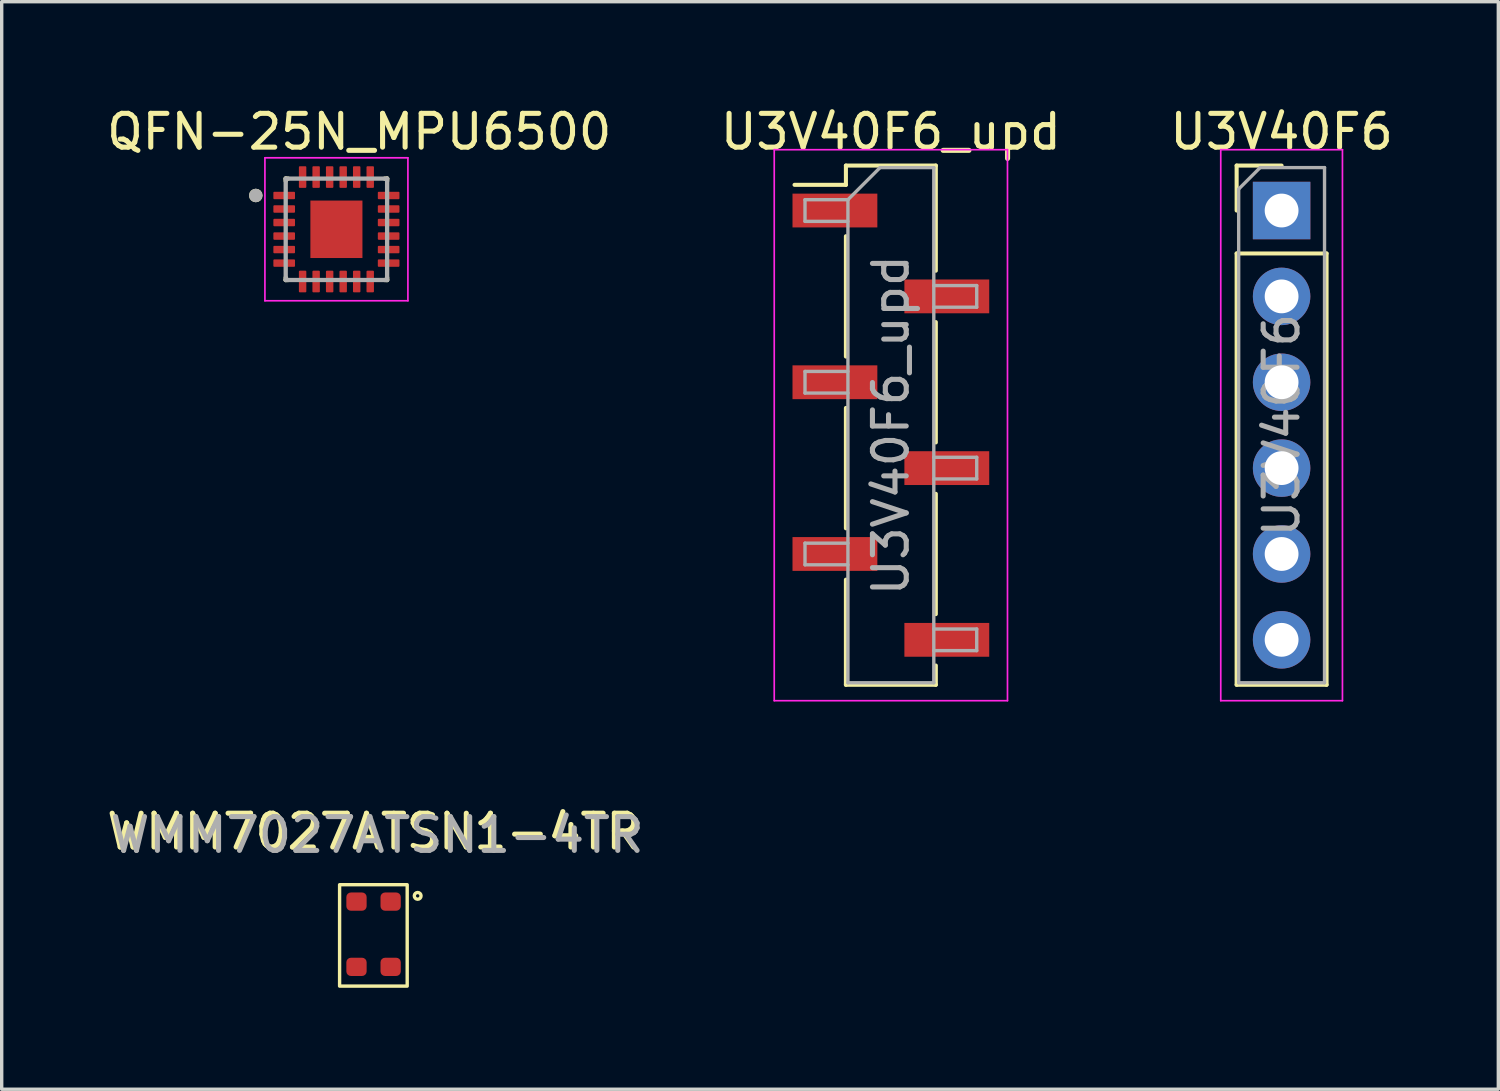
<source format=kicad_pcb>
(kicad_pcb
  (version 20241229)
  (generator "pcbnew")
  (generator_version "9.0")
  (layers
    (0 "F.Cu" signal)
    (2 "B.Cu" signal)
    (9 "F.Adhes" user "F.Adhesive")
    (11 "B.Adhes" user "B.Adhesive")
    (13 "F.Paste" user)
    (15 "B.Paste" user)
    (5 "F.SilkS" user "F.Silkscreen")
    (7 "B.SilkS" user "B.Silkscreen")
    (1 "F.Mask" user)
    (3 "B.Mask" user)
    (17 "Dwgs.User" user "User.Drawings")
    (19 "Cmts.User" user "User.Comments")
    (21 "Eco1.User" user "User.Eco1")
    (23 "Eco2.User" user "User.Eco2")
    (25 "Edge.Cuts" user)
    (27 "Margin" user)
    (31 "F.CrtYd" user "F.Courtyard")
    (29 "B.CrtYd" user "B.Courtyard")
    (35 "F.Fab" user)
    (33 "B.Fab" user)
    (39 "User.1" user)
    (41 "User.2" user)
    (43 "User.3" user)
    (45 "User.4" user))
  (footprint "U3V40F6"
    (layer "F.Cu")
    (at 34.863 3.178)
    (property "Reference" "U3V40F6" (at 0 -2.33 0) (layer "F.SilkS") (effects (font (size 1 1) (thickness 0.15))))
    (attr through_hole)
    (fp_line (start -1.33 -1.33) (end 0 -1.33) (stroke (width 0.12) (type solid)) (layer "F.SilkS"))
    (fp_line (start -1.33 0) (end -1.33 -1.33) (stroke (width 0.12) (type solid)) (layer "F.SilkS"))
    (fp_line (start -1.33 1.27) (end -1.33 14.03) (stroke (width 0.12) (type solid)) (layer "F.SilkS"))
    (fp_line (start -1.33 1.27) (end 1.33 1.27) (stroke (width 0.12) (type solid)) (layer "F.SilkS"))
    (fp_line (start -1.33 14.03) (end 1.33 14.03) (stroke (width 0.12) (type solid)) (layer "F.SilkS"))
    (fp_line (start 1.33 1.27) (end 1.33 14.03) (stroke (width 0.12) (type solid)) (layer "F.SilkS"))
    (fp_line (start -1.8 -1.8) (end -1.8 14.5) (stroke (width 0.05) (type solid)) (layer "F.CrtYd"))
    (fp_line (start -1.8 14.5) (end 1.8 14.5) (stroke (width 0.05) (type solid)) (layer "F.CrtYd"))
    (fp_line (start 1.8 -1.8) (end -1.8 -1.8) (stroke (width 0.05) (type solid)) (layer "F.CrtYd"))
    (fp_line (start 1.8 14.5) (end 1.8 -1.8) (stroke (width 0.05) (type solid)) (layer "F.CrtYd"))
    (fp_line (start -1.27 -0.635) (end -0.635 -1.27) (stroke (width 0.1) (type solid)) (layer "F.Fab"))
    (fp_line (start -1.27 13.97) (end -1.27 -0.635) (stroke (width 0.1) (type solid)) (layer "F.Fab"))
    (fp_line (start -0.635 -1.27) (end 1.27 -1.27) (stroke (width 0.1) (type solid)) (layer "F.Fab"))
    (fp_line (start 1.27 -1.27) (end 1.27 13.97) (stroke (width 0.1) (type solid)) (layer "F.Fab"))
    (fp_line (start 1.27 13.97) (end -1.27 13.97) (stroke (width 0.1) (type solid)) (layer "F.Fab"))
    (fp_text user "${REFERENCE}" (at 0 6.35 90) (layer "F.Fab") (effects (font (size 1 1) (thickness 0.15))))
    (pad "1" thru_hole rect (at 0 0) (size 1.7 1.7) (drill 1) (layers "*.Cu" "*.Mask"))
    (pad "2" thru_hole oval (at 0 2.54) (size 1.7 1.7) (drill 1) (layers "*.Cu" "*.Mask"))
    (pad "3" thru_hole oval (at 0 5.08) (size 1.7 1.7) (drill 1) (layers "*.Cu" "*.Mask"))
    (pad "4" thru_hole oval (at 0 7.62) (size 1.7 1.7) (drill 1) (layers "*.Cu" "*.Mask"))
    (pad "5" thru_hole oval (at 0 10.16) (size 1.7 1.7) (drill 1) (layers "*.Cu" "*.Mask"))
    (pad "6" thru_hole oval (at 0 12.7) (size 1.7 1.7) (drill 1) (layers "*.Cu" "*.Mask")))
  (footprint "WMM7027ATSN1-4TR"
    (layer "F.Cu")
    (at 8.006 24.552)
    (property "Reference" "WMM7027ATSN1-4TR" (at 0 -3 0) (unlocked yes) (layer "F.SilkS") (effects (font (size 1 1) (thickness 0.15))))
    (attr smd)
    (fp_rect (start -1.01 -1.43) (end 0.99 1.57) (stroke (width 0.1) (type default)) (fill no) (layer "F.SilkS"))
    (fp_circle (center 1.3 -1.1) (end 1.4 -1.1) (stroke (width 0.1) (type default)) (fill no) (layer "F.SilkS"))
    (fp_text user "${REFERENCE}" (at 0.1 -2.9 0) (unlocked yes) (layer "F.Fab") (effects (font (size 1 1) (thickness 0.15))))
    (pad "1" smd roundrect (at 0.5 -0.93) (size 0.6 0.54) (layers "F.Cu" "F.Mask" "F.Paste") (roundrect_rratio 0.25))
    (pad "2" smd roundrect (at 0.5 1) (size 0.6 0.54) (layers "F.Cu" "F.Mask" "F.Paste") (roundrect_rratio 0.25))
    (pad "3" smd roundrect (at -0.51 1) (size 0.6 0.54) (layers "F.Cu" "F.Mask" "F.Paste") (roundrect_rratio 0.25))
    (pad "4" smd roundrect (at -0.51 -0.93) (size 0.6 0.54) (layers "F.Cu" "F.Mask" "F.Paste") (roundrect_rratio 0.25)))
  (footprint "QFN-25N_MPU6500"
    (layer "F.Cu")
    (at 6.902 3.733)
    (property "Reference" "QFN-25N_MPU6500" (at 0.675 -2.885 0) (layer "F.SilkS") (effects (font (size 1 1) (thickness 0.15))))
    (attr smd)
    (fp_line (start -1.5 -1.5) (end -1.5 -1.43) (stroke (width 0.127) (type solid)) (layer "F.SilkS"))
    (fp_line (start -1.5 -1.5) (end -1.43 -1.5) (stroke (width 0.127) (type solid)) (layer "F.SilkS"))
    (fp_line (start -1.5 1.5) (end -1.5 1.43) (stroke (width 0.127) (type solid)) (layer "F.SilkS"))
    (fp_line (start -1.5 1.5) (end -1.43 1.5) (stroke (width 0.127) (type solid)) (layer "F.SilkS"))
    (fp_line (start 1.5 -1.5) (end 1.43 -1.5) (stroke (width 0.127) (type solid)) (layer "F.SilkS"))
    (fp_line (start 1.5 -1.5) (end 1.5 -1.43) (stroke (width 0.127) (type solid)) (layer "F.SilkS"))
    (fp_line (start 1.5 1.5) (end 1.43 1.5) (stroke (width 0.127) (type solid)) (layer "F.SilkS"))
    (fp_line (start 1.5 1.5) (end 1.5 1.43) (stroke (width 0.127) (type solid)) (layer "F.SilkS"))
    (fp_circle (center -2.385 -1) (end -2.285 -1) (stroke (width 0.2) (type solid)) (fill no) (layer "F.SilkS"))
    (fp_poly (pts (xy -0.485 -0.54) (xy 0.485 -0.54) (xy 0.485 0.54) (xy -0.485 0.54)) (stroke (width 0.01) (type solid)) (fill yes) (layer "F.Paste"))
    (fp_line (start -2.115 -2.115) (end 2.115 -2.115) (stroke (width 0.05) (type solid)) (layer "F.CrtYd"))
    (fp_line (start -2.115 2.115) (end -2.115 -2.115) (stroke (width 0.05) (type solid)) (layer "F.CrtYd"))
    (fp_line (start -2.115 2.115) (end 2.115 2.115) (stroke (width 0.05) (type solid)) (layer "F.CrtYd"))
    (fp_line (start 2.115 2.115) (end 2.115 -2.115) (stroke (width 0.05) (type solid)) (layer "F.CrtYd"))
    (fp_line (start -1.5 1.5) (end -1.5 -1.5) (stroke (width 0.127) (type solid)) (layer "F.Fab"))
    (fp_line (start 1.5 -1.5) (end -1.5 -1.5) (stroke (width 0.127) (type solid)) (layer "F.Fab"))
    (fp_line (start 1.5 1.5) (end -1.5 1.5) (stroke (width 0.127) (type solid)) (layer "F.Fab"))
    (fp_line (start 1.5 1.5) (end 1.5 -1.5) (stroke (width 0.127) (type solid)) (layer "F.Fab"))
    (fp_circle (center -2.385 -1) (end -2.285 -1) (stroke (width 0.2) (type solid)) (fill no) (layer "F.Fab"))
    (pad "1" smd roundrect (at -1.545 -1) (size 0.64 0.22) (layers "F.Cu" "F.Mask" "F.Paste") (roundrect_rratio 0.125))
    (pad "2" smd roundrect (at -1.545 -0.6) (size 0.64 0.22) (layers "F.Cu" "F.Mask" "F.Paste") (roundrect_rratio 0.125))
    (pad "3" smd roundrect (at -1.545 -0.2) (size 0.64 0.22) (layers "F.Cu" "F.Mask" "F.Paste") (roundrect_rratio 0.125))
    (pad "4" smd roundrect (at -1.545 0.2) (size 0.64 0.22) (layers "F.Cu" "F.Mask" "F.Paste") (roundrect_rratio 0.125))
    (pad "5" smd roundrect (at -1.545 0.6) (size 0.64 0.22) (layers "F.Cu" "F.Mask" "F.Paste") (roundrect_rratio 0.125))
    (pad "6" smd roundrect (at -1.545 1) (size 0.64 0.22) (layers "F.Cu" "F.Mask" "F.Paste") (roundrect_rratio 0.125))
    (pad "7" smd roundrect (at -1 1.545) (size 0.22 0.64) (layers "F.Cu" "F.Mask" "F.Paste") (roundrect_rratio 0.125))
    (pad "8" smd roundrect (at -0.6 1.545) (size 0.22 0.64) (layers "F.Cu" "F.Mask" "F.Paste") (roundrect_rratio 0.125))
    (pad "9" smd roundrect (at -0.2 1.545) (size 0.22 0.64) (layers "F.Cu" "F.Mask" "F.Paste") (roundrect_rratio 0.125))
    (pad "10" smd roundrect (at 0.2 1.545) (size 0.22 0.64) (layers "F.Cu" "F.Mask" "F.Paste") (roundrect_rratio 0.125))
    (pad "11" smd roundrect (at 0.6 1.545) (size 0.22 0.64) (layers "F.Cu" "F.Mask" "F.Paste") (roundrect_rratio 0.125))
    (pad "12" smd roundrect (at 1 1.545) (size 0.22 0.64) (layers "F.Cu" "F.Mask" "F.Paste") (roundrect_rratio 0.125))
    (pad "13" smd roundrect (at 1.545 1) (size 0.64 0.22) (layers "F.Cu" "F.Mask" "F.Paste") (roundrect_rratio 0.125))
    (pad "14" smd roundrect (at 1.545 0.6) (size 0.64 0.22) (layers "F.Cu" "F.Mask" "F.Paste") (roundrect_rratio 0.125))
    (pad "15" smd roundrect (at 1.545 0.2) (size 0.64 0.22) (layers "F.Cu" "F.Mask" "F.Paste") (roundrect_rratio 0.125))
    (pad "16" smd roundrect (at 1.545 -0.2) (size 0.64 0.22) (layers "F.Cu" "F.Mask" "F.Paste") (roundrect_rratio 0.125))
    (pad "17" smd roundrect (at 1.545 -0.6) (size 0.64 0.22) (layers "F.Cu" "F.Mask" "F.Paste") (roundrect_rratio 0.125))
    (pad "18" smd roundrect (at 1.545 -1) (size 0.64 0.22) (layers "F.Cu" "F.Mask" "F.Paste") (roundrect_rratio 0.125))
    (pad "19" smd roundrect (at 1 -1.545) (size 0.22 0.64) (layers "F.Cu" "F.Mask" "F.Paste") (roundrect_rratio 0.125))
    (pad "20" smd roundrect (at 0.6 -1.545) (size 0.22 0.64) (layers "F.Cu" "F.Mask" "F.Paste") (roundrect_rratio 0.125))
    (pad "21" smd roundrect (at 0.2 -1.545) (size 0.22 0.64) (layers "F.Cu" "F.Mask" "F.Paste") (roundrect_rratio 0.125))
    (pad "22" smd roundrect (at -0.2 -1.545) (size 0.22 0.64) (layers "F.Cu" "F.Mask" "F.Paste") (roundrect_rratio 0.125))
    (pad "23" smd roundrect (at -0.6 -1.545) (size 0.22 0.64) (layers "F.Cu" "F.Mask" "F.Paste") (roundrect_rratio 0.125))
    (pad "24" smd roundrect (at -1 -1.545) (size 0.22 0.64) (layers "F.Cu" "F.Mask" "F.Paste") (roundrect_rratio 0.125))
    (pad "25" smd rect (at 0 0) (size 1.54 1.7) (layers "F.Cu" "F.Mask")))
  (footprint "U3V40F6_upd"
    (layer "F.Cu")
    (at 23.304 9.528)
    (property "Reference" "U3V40F6_upd" (at 0 -8.68 0) (layer "F.SilkS") (effects (font (size 1 1) (thickness 0.15))))
    (attr smd)
    (fp_line (start -1.33 -7.68) (end -1.33 -7.11) (stroke (width 0.12) (type solid)) (layer "F.SilkS"))
    (fp_line (start -1.33 -7.68) (end 1.33 -7.68) (stroke (width 0.12) (type solid)) (layer "F.SilkS"))
    (fp_line (start -1.33 -7.11) (end -2.85 -7.11) (stroke (width 0.12) (type solid)) (layer "F.SilkS"))
    (fp_line (start -1.33 -5.59) (end -1.33 -2.03) (stroke (width 0.12) (type solid)) (layer "F.SilkS"))
    (fp_line (start -1.33 -0.51) (end -1.33 3.05) (stroke (width 0.12) (type solid)) (layer "F.SilkS"))
    (fp_line (start -1.33 4.57) (end -1.33 7.68) (stroke (width 0.12) (type solid)) (layer "F.SilkS"))
    (fp_line (start -1.33 7.68) (end 1.33 7.68) (stroke (width 0.12) (type solid)) (layer "F.SilkS"))
    (fp_line (start 1.33 -7.68) (end 1.33 -4.57) (stroke (width 0.12) (type solid)) (layer "F.SilkS"))
    (fp_line (start 1.33 -3.05) (end 1.33 0.51) (stroke (width 0.12) (type solid)) (layer "F.SilkS"))
    (fp_line (start 1.33 2.03) (end 1.33 5.59) (stroke (width 0.12) (type solid)) (layer "F.SilkS"))
    (fp_line (start 1.33 7.11) (end 1.33 7.68) (stroke (width 0.12) (type solid)) (layer "F.SilkS"))
    (fp_line (start -3.45 -8.15) (end -3.45 8.15) (stroke (width 0.05) (type solid)) (layer "F.CrtYd"))
    (fp_line (start -3.45 8.15) (end 3.45 8.15) (stroke (width 0.05) (type solid)) (layer "F.CrtYd"))
    (fp_line (start 3.45 -8.15) (end -3.45 -8.15) (stroke (width 0.05) (type solid)) (layer "F.CrtYd"))
    (fp_line (start 3.45 8.15) (end 3.45 -8.15) (stroke (width 0.05) (type solid)) (layer "F.CrtYd"))
    (fp_line (start -2.54 -6.67) (end -2.54 -6.03) (stroke (width 0.1) (type solid)) (layer "F.Fab"))
    (fp_line (start -2.54 -6.03) (end -1.27 -6.03) (stroke (width 0.1) (type solid)) (layer "F.Fab"))
    (fp_line (start -2.54 -1.59) (end -2.54 -0.95) (stroke (width 0.1) (type solid)) (layer "F.Fab"))
    (fp_line (start -2.54 -0.95) (end -1.27 -0.95) (stroke (width 0.1) (type solid)) (layer "F.Fab"))
    (fp_line (start -2.54 3.49) (end -2.54 4.13) (stroke (width 0.1) (type solid)) (layer "F.Fab"))
    (fp_line (start -2.54 4.13) (end -1.27 4.13) (stroke (width 0.1) (type solid)) (layer "F.Fab"))
    (fp_line (start -1.27 -6.67) (end -2.54 -6.67) (stroke (width 0.1) (type solid)) (layer "F.Fab"))
    (fp_line (start -1.27 -6.67) (end -0.32 -7.62) (stroke (width 0.1) (type solid)) (layer "F.Fab"))
    (fp_line (start -1.27 -1.59) (end -2.54 -1.59) (stroke (width 0.1) (type solid)) (layer "F.Fab"))
    (fp_line (start -1.27 3.49) (end -2.54 3.49) (stroke (width 0.1) (type solid)) (layer "F.Fab"))
    (fp_line (start -1.27 7.62) (end -1.27 -6.67) (stroke (width 0.1) (type solid)) (layer "F.Fab"))
    (fp_line (start -0.32 -7.62) (end 1.27 -7.62) (stroke (width 0.1) (type solid)) (layer "F.Fab"))
    (fp_line (start 1.27 -7.62) (end 1.27 7.62) (stroke (width 0.1) (type solid)) (layer "F.Fab"))
    (fp_line (start 1.27 -4.13) (end 2.54 -4.13) (stroke (width 0.1) (type solid)) (layer "F.Fab"))
    (fp_line (start 1.27 0.95) (end 2.54 0.95) (stroke (width 0.1) (type solid)) (layer "F.Fab"))
    (fp_line (start 1.27 6.03) (end 2.54 6.03) (stroke (width 0.1) (type solid)) (layer "F.Fab"))
    (fp_line (start 1.27 7.62) (end -1.27 7.62) (stroke (width 0.1) (type solid)) (layer "F.Fab"))
    (fp_line (start 2.54 -4.13) (end 2.54 -3.49) (stroke (width 0.1) (type solid)) (layer "F.Fab"))
    (fp_line (start 2.54 -3.49) (end 1.27 -3.49) (stroke (width 0.1) (type solid)) (layer "F.Fab"))
    (fp_line (start 2.54 0.95) (end 2.54 1.59) (stroke (width 0.1) (type solid)) (layer "F.Fab"))
    (fp_line (start 2.54 1.59) (end 1.27 1.59) (stroke (width 0.1) (type solid)) (layer "F.Fab"))
    (fp_line (start 2.54 6.03) (end 2.54 6.67) (stroke (width 0.1) (type solid)) (layer "F.Fab"))
    (fp_line (start 2.54 6.67) (end 1.27 6.67) (stroke (width 0.1) (type solid)) (layer "F.Fab"))
    (fp_text user "${REFERENCE}" (at 0 0 90) (layer "F.Fab") (effects (font (size 1 1) (thickness 0.15))))
    (pad "1" smd rect (at -1.655 -6.35) (size 2.51 1) (layers "F.Cu" "F.Mask" "F.Paste"))
    (pad "2" smd rect (at 1.655 -3.81) (size 2.51 1) (layers "F.Cu" "F.Mask" "F.Paste"))
    (pad "3" smd rect (at -1.655 -1.27) (size 2.51 1) (layers "F.Cu" "F.Mask" "F.Paste"))
    (pad "4" smd rect (at 1.655 1.27) (size 2.51 1) (layers "F.Cu" "F.Mask" "F.Paste"))
    (pad "5" smd rect (at -1.655 3.81) (size 2.51 1) (layers "F.Cu" "F.Mask" "F.Paste"))
    (pad "6" smd rect (at 1.655 6.35) (size 2.51 1) (layers "F.Cu" "F.Mask" "F.Paste")))
  (gr_rect
    (start -3 -3)
    (end 41.274 29.172)
    (stroke (width 0.1) (type default))
    (fill no)
    (layer "Edge.Cuts")))
</source>
